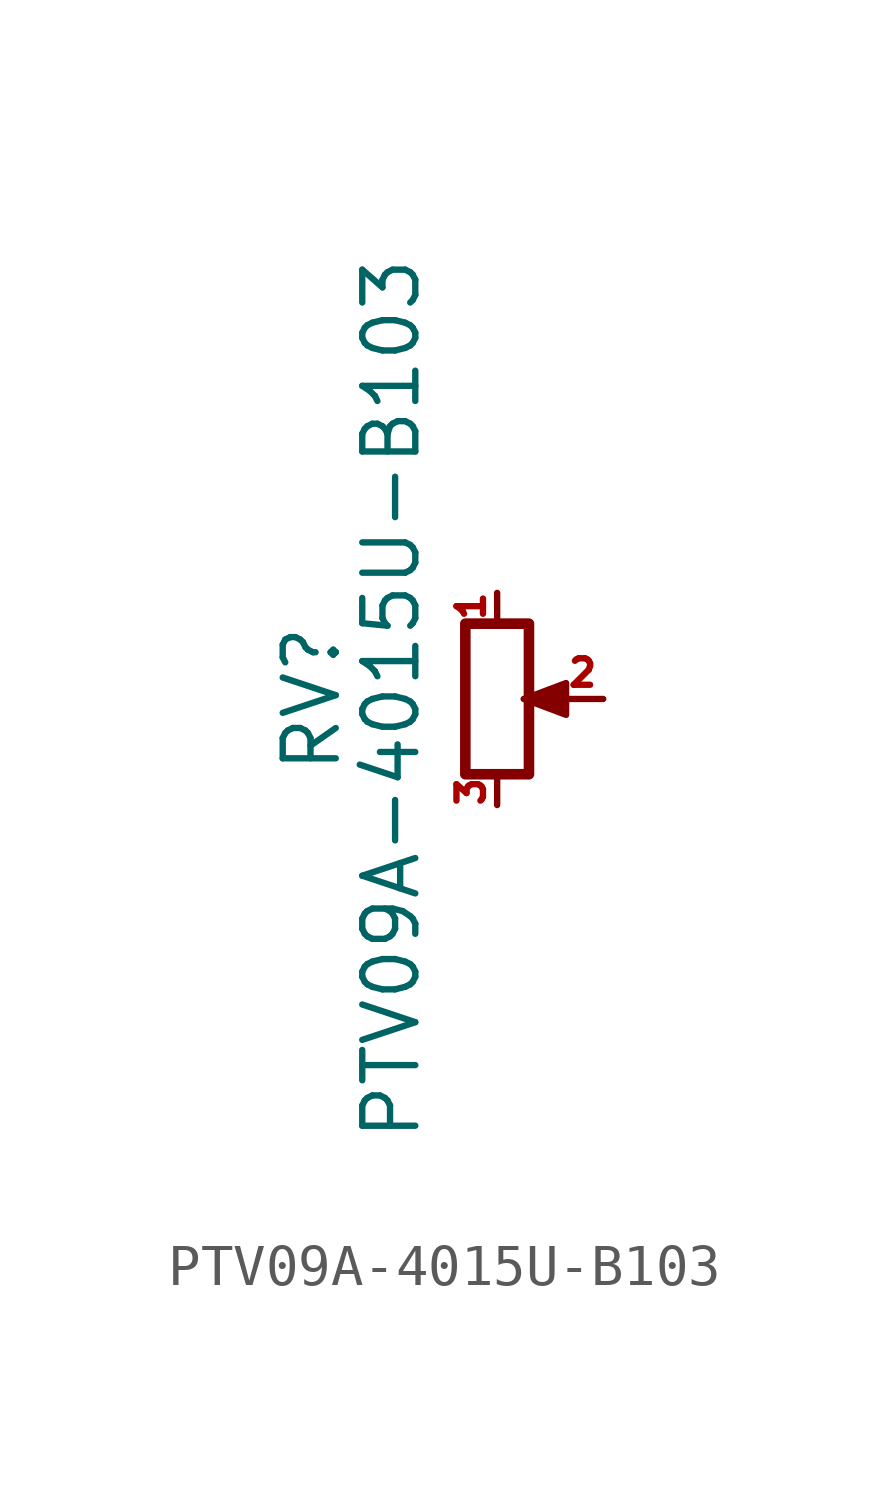
<source format=kicad_sym>
(kicad_symbol_lib
  (version 20211014)
  (generator kicad_symbol_editor)
  (symbol "PTV09A-4015U-B103"
    (pin_names
      (offset 1.016) hide)
    (property "Reference" "RV"
      (at -4.445 0 90)
      (effects (font (size 1.27 1.27))))
    (property "Value" "PTV09A-4015U-B103"
      (at -2.54 0 90)
      (effects (font (size 1.27 1.27))))
    (symbol "PTV09A-4015U-B103_0_1"
      (polyline (pts (xy 0.889 0) (xy 0.635 0) (xy 1.651 0.381) (xy 1.651 -0.381) (xy 0.635 0) (xy 0.889 0)) (stroke (width 0) (type default) (color 0 0 0 0)) (fill (type outline)))
      (rectangle (start 0.762 1.803) (end -0.762 -1.803) (stroke (width 0.254) (type default) (color 0 0 0 0)) (fill (type none))))
    (symbol "PTV09A-4015U-B103_1_1"
      (pin passive line (at 0 2.54 270) (length 0.635) (name "1" (effects (font (size 0.635 0.635)))) (number "1" (effects (font (size 0.635 0.635)))))
      (pin passive line (at 2.54 0 180) (length 0.991) (name "2" (effects (font (size 0.635 0.635)))) (number "2" (effects (font (size 0.635 0.635)))))
      (pin passive line (at 0 -2.54 90) (length 0.635) (name "3" (effects (font (size 0.635 0.635)))) (number "3" (effects (font (size 0.635 0.635))))))))
</source>
